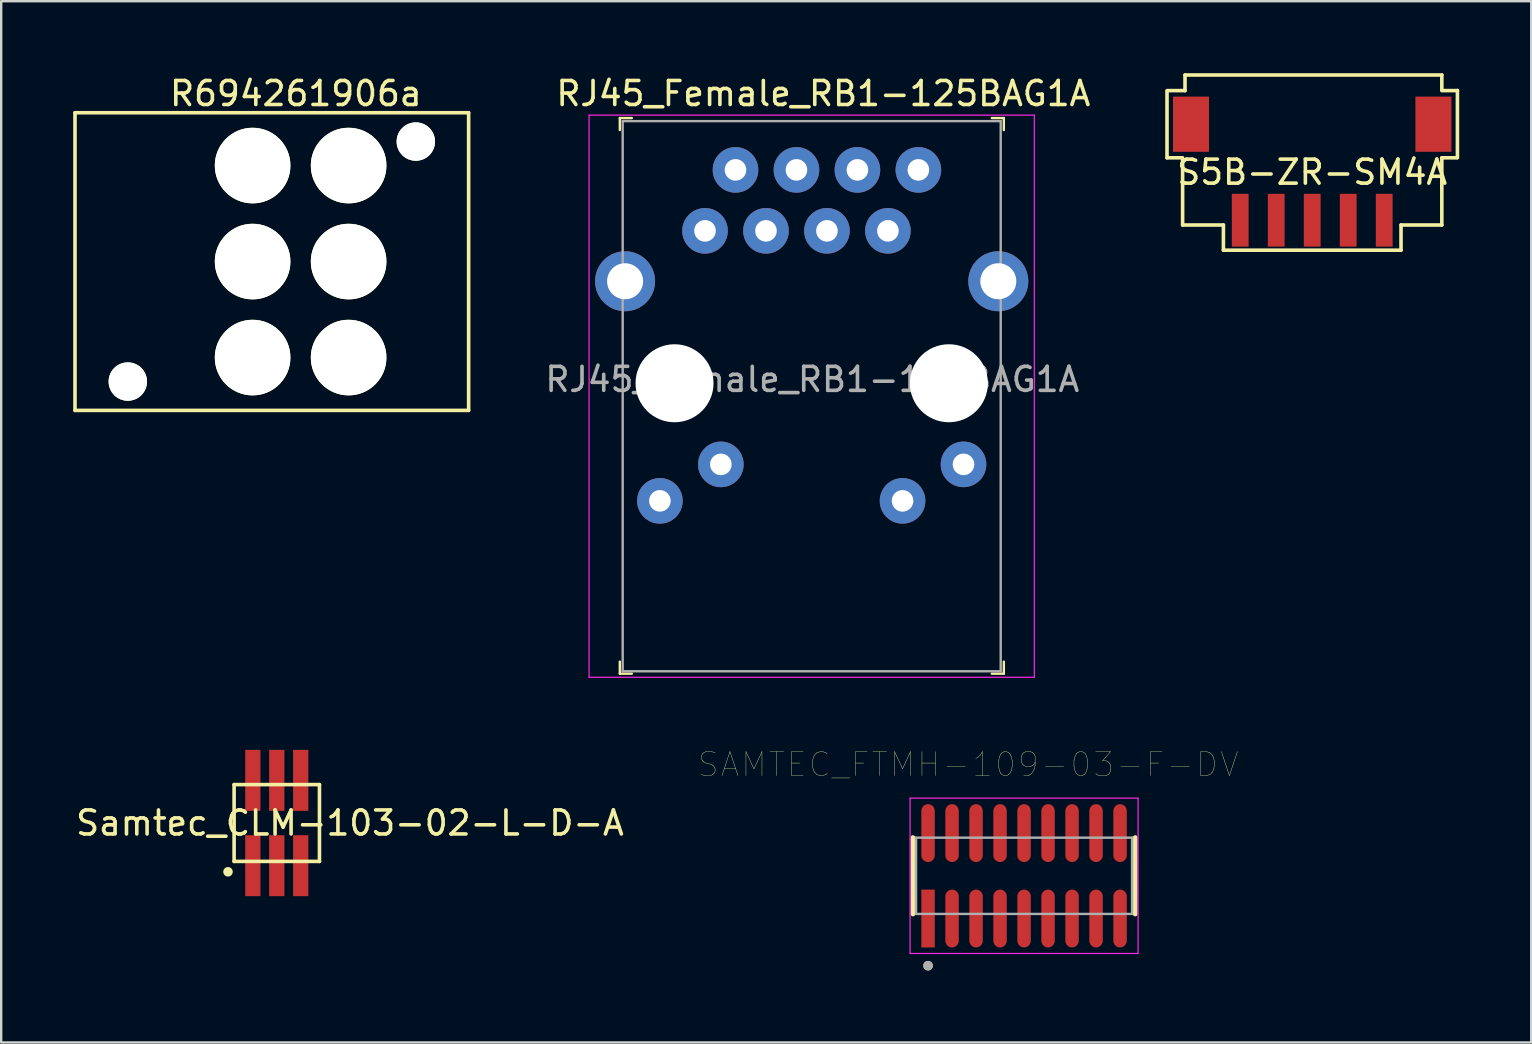
<source format=kicad_pcb>
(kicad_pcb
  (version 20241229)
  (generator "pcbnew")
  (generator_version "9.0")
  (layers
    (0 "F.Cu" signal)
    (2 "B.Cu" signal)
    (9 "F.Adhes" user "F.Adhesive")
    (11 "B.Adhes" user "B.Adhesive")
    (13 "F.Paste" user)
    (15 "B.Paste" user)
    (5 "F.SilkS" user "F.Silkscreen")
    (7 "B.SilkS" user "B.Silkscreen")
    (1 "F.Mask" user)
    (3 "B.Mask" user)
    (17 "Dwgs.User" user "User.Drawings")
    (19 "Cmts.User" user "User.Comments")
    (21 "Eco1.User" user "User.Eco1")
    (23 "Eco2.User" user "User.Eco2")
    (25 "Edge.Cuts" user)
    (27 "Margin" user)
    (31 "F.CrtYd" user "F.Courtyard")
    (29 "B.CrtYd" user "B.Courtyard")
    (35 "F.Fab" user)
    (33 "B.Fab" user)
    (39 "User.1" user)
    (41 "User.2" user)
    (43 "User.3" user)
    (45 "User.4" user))
  (footprint "R694261906a"
    (layer "F.Cu")
    (at 8.275 7.848)
    (property "Reference" "R694261906a" (at 1 -7 0) (layer "F.SilkS") (effects (font (size 1 1) (thickness 0.15))))
    (attr through_hole)
    (fp_line (start -8.2 -6.2) (end 8.2 -6.2) (stroke (width 0.15) (type solid)) (layer "F.SilkS"))
    (fp_line (start -8.2 6.2) (end -8.2 -6.2) (stroke (width 0.15) (type solid)) (layer "F.SilkS"))
    (fp_line (start 8.2 -6.2) (end 8.2 6.2) (stroke (width 0.15) (type solid)) (layer "F.SilkS"))
    (fp_line (start 8.2 6.2) (end -8.2 6.2) (stroke (width 0.15) (type solid)) (layer "F.SilkS"))
    (pad "" np_thru_hole circle (at -6 5) (size 1.6 1.6) (drill 1.6) (layers "*.Cu" "*.Mask" "F.SilkS"))
    (pad "" np_thru_hole circle (at -0.8 -4) (size 3.15 3.15) (drill 3.15) (layers "*.Cu" "*.Mask" "F.SilkS"))
    (pad "" np_thru_hole circle (at -0.8 0) (size 3.15 3.15) (drill 3.15) (layers "*.Cu" "*.Mask" "F.SilkS"))
    (pad "" np_thru_hole circle (at -0.8 4) (size 3.15 3.15) (drill 3.15) (layers "*.Cu" "*.Mask" "F.SilkS"))
    (pad "" np_thru_hole circle (at 3.2 -4) (size 3.15 3.15) (drill 3.15) (layers "*.Cu" "*.Mask" "F.SilkS"))
    (pad "" np_thru_hole circle (at 3.2 0) (size 3.15 3.15) (drill 3.15) (layers "*.Cu" "*.Mask" "F.SilkS"))
    (pad "" np_thru_hole circle (at 3.2 4) (size 3.15 3.15) (drill 3.15) (layers "*.Cu" "*.Mask" "F.SilkS"))
    (pad "" np_thru_hole circle (at 6 -5) (size 1.6 1.6) (drill 1.6) (layers "*.Cu" "*.Mask" "F.SilkS")))
  (footprint "RJ45_Female_RB1-125BAG1A"
    (layer "F.Cu")
    (at 26.324 6.568)
    (property "Reference" "RJ45_Female_RB1-125BAG1A" (at 4.93 -5.72 0) (layer "F.SilkS") (effects (font (size 1 1) (thickness 0.15))))
    (attr through_hole)
    (fp_line (start -3.55 -4.7) (end -3.55 -4.2) (stroke (width 0.1) (type solid)) (layer "F.SilkS"))
    (fp_line (start -3.55 -4.7) (end -3.05 -4.7) (stroke (width 0.1) (type solid)) (layer "F.SilkS"))
    (fp_line (start -3.55 18.45) (end -3.55 17.95) (stroke (width 0.1) (type solid)) (layer "F.SilkS"))
    (fp_line (start -3.55 18.45) (end -3.05 18.45) (stroke (width 0.1) (type solid)) (layer "F.SilkS"))
    (fp_line (start 12.45 -4.7) (end 11.95 -4.7) (stroke (width 0.1) (type solid)) (layer "F.SilkS"))
    (fp_line (start 12.45 -4.7) (end 12.45 -4.2) (stroke (width 0.1) (type solid)) (layer "F.SilkS"))
    (fp_line (start 12.45 18.45) (end 11.95 18.45) (stroke (width 0.1) (type solid)) (layer "F.SilkS"))
    (fp_line (start 12.45 18.45) (end 12.45 17.95) (stroke (width 0.1) (type solid)) (layer "F.SilkS"))
    (fp_line (start -4.83 -4.82) (end -4.83 18.6) (stroke (width 0.05) (type solid)) (layer "F.CrtYd"))
    (fp_line (start 13.72 -4.82) (end -4.83 -4.82) (stroke (width 0.05) (type solid)) (layer "F.CrtYd"))
    (fp_line (start 13.72 -4.82) (end 13.72 18.6) (stroke (width 0.05) (type solid)) (layer "F.CrtYd"))
    (fp_line (start 13.72 18.6) (end -4.83 18.6) (stroke (width 0.05) (type solid)) (layer "F.CrtYd"))
    (fp_line (start -3.43 -4.57) (end -3.43 18.35) (stroke (width 0.1) (type solid)) (layer "F.Fab"))
    (fp_line (start -3.43 -4.57) (end 12.32 -4.57) (stroke (width 0.1) (type solid)) (layer "F.Fab"))
    (fp_line (start -3.43 18.35) (end 12.32 18.35) (stroke (width 0.1) (type solid)) (layer "F.Fab"))
    (fp_line (start 12.32 -4.57) (end 12.32 18.35) (stroke (width 0.1) (type solid)) (layer "F.Fab"))
    (fp_text user "${REFERENCE}" (at 4.47 6.19 0) (layer "F.Fab") (effects (font (size 1 1) (thickness 0.15))))
    (pad "" np_thru_hole circle (at -1.27 6.35) (size 3.25 3.25) (drill 3.25) (layers "*.Cu" "*.Mask"))
    (pad "" np_thru_hole circle (at 10.16 6.35) (size 3.25 3.25) (drill 3.25) (layers "*.Cu" "*.Mask"))
    (pad "L1" thru_hole circle (at 10.77 9.73) (size 1.9 1.9) (drill 0.9) (layers "*.Cu" "*.Mask"))
    (pad "L2" thru_hole circle (at 8.23 11.25) (size 1.9 1.9) (drill 0.9) (layers "*.Cu" "*.Mask"))
    (pad "L3" thru_hole circle (at 0.66 9.73) (size 1.9 1.9) (drill 0.9) (layers "*.Cu" "*.Mask"))
    (pad "L4" thru_hole circle (at -1.88 11.25) (size 1.9 1.9) (drill 0.9) (layers "*.Cu" "*.Mask"))
    (pad "R1" thru_hole circle (at 0 0) (size 1.9 1.9) (drill 0.9) (layers "*.Cu" "*.Mask"))
    (pad "R2" thru_hole circle (at 1.27 -2.54) (size 1.9 1.9) (drill 0.9) (layers "*.Cu" "*.Mask"))
    (pad "R3" thru_hole circle (at 2.54 0) (size 1.9 1.9) (drill 0.9) (layers "*.Cu" "*.Mask"))
    (pad "R4" thru_hole circle (at 3.81 -2.54) (size 1.9 1.9) (drill 0.9) (layers "*.Cu" "*.Mask"))
    (pad "R5" thru_hole circle (at 5.08 0) (size 1.9 1.9) (drill 0.9) (layers "*.Cu" "*.Mask"))
    (pad "R6" thru_hole circle (at 6.35 -2.54) (size 1.9 1.9) (drill 0.9) (layers "*.Cu" "*.Mask"))
    (pad "R7" thru_hole circle (at 7.62 0) (size 1.9 1.9) (drill 0.9) (layers "*.Cu" "*.Mask"))
    (pad "R8" thru_hole circle (at 8.89 -2.54) (size 1.9 1.9) (drill 0.9) (layers "*.Cu" "*.Mask"))
    (pad "S1" thru_hole circle (at -3.33 2.1) (size 2.5 2.5) (drill 1.5) (layers "*.Cu" "*.Mask"))
    (pad "S1" thru_hole circle (at 12.22 2.1) (size 2.5 2.5) (drill 1.5) (layers "*.Cu" "*.Mask")))
  (footprint "SAMTEC_FTMH-109-03-F-DV"
    (layer "F.Cu")
    (at 39.617 33.44)
    (property "Reference" "SAMTEC_FTMH-109-03-F-DV" (at -2.325 -4.635 0) (layer "F.SilkS") (effects (font (size 1 1) (thickness 0.015))))
    (attr through_hole)
    (fp_line (start -4.63 1.59) (end -4.63 -1.59) (stroke (width 0.2) (type solid)) (layer "F.SilkS"))
    (fp_line (start 4.63 1.59) (end 4.63 -1.59) (stroke (width 0.2) (type solid)) (layer "F.SilkS"))
    (fp_circle (center -4 3.745) (end -3.9 3.745) (stroke (width 0.2) (type solid)) (fill no) (layer "F.SilkS"))
    (fp_line (start -4.75 -3.235) (end 4.75 -3.235) (stroke (width 0.05) (type solid)) (layer "F.CrtYd"))
    (fp_line (start -4.75 3.235) (end -4.75 -3.235) (stroke (width 0.05) (type solid)) (layer "F.CrtYd"))
    (fp_line (start 4.75 -3.235) (end 4.75 3.235) (stroke (width 0.05) (type solid)) (layer "F.CrtYd"))
    (fp_line (start 4.75 3.235) (end -4.75 3.235) (stroke (width 0.05) (type solid)) (layer "F.CrtYd"))
    (fp_line (start -4.5 -1.59) (end 4.5 -1.59) (stroke (width 0.1) (type solid)) (layer "F.Fab"))
    (fp_line (start -4.5 1.59) (end -4.5 -1.59) (stroke (width 0.1) (type solid)) (layer "F.Fab"))
    (fp_line (start 4.5 -1.59) (end 4.5 1.59) (stroke (width 0.1) (type solid)) (layer "F.Fab"))
    (fp_line (start 4.5 1.59) (end -4.5 1.59) (stroke (width 0.1) (type solid)) (layer "F.Fab"))
    (fp_circle (center -4 3.745) (end -3.9 3.745) (stroke (width 0.2) (type solid)) (fill no) (layer "F.Fab"))
    (pad "01" smd rect (at -4 1.78) (size 0.56 2.41) (layers "F.Cu" "F.Mask" "F.Paste"))
    (pad "02" smd oval (at -4 -1.78) (size 0.56 2.41) (layers "F.Cu" "F.Mask" "F.Paste"))
    (pad "03" smd oval (at -3 1.78) (size 0.56 2.41) (layers "F.Cu" "F.Mask" "F.Paste"))
    (pad "04" smd oval (at -3 -1.78) (size 0.56 2.41) (layers "F.Cu" "F.Mask" "F.Paste"))
    (pad "05" smd oval (at -2 1.78) (size 0.56 2.41) (layers "F.Cu" "F.Mask" "F.Paste"))
    (pad "06" smd oval (at -2 -1.78) (size 0.56 2.41) (layers "F.Cu" "F.Mask" "F.Paste"))
    (pad "07" smd oval (at -1 1.78) (size 0.56 2.41) (layers "F.Cu" "F.Mask" "F.Paste"))
    (pad "08" smd oval (at -1 -1.78) (size 0.56 2.41) (layers "F.Cu" "F.Mask" "F.Paste"))
    (pad "09" smd oval (at 0 1.78) (size 0.56 2.41) (layers "F.Cu" "F.Mask" "F.Paste"))
    (pad "10" smd oval (at 0 -1.78) (size 0.56 2.41) (layers "F.Cu" "F.Mask" "F.Paste"))
    (pad "11" smd oval (at 1 1.78) (size 0.56 2.41) (layers "F.Cu" "F.Mask" "F.Paste"))
    (pad "12" smd oval (at 1 -1.78) (size 0.56 2.41) (layers "F.Cu" "F.Mask" "F.Paste"))
    (pad "13" smd oval (at 2 1.78) (size 0.56 2.41) (layers "F.Cu" "F.Mask" "F.Paste"))
    (pad "14" smd oval (at 2 -1.78) (size 0.56 2.41) (layers "F.Cu" "F.Mask" "F.Paste"))
    (pad "15" smd oval (at 3 1.78) (size 0.56 2.41) (layers "F.Cu" "F.Mask" "F.Paste"))
    (pad "16" smd oval (at 3 -1.78) (size 0.56 2.41) (layers "F.Cu" "F.Mask" "F.Paste"))
    (pad "17" smd oval (at 4 1.78) (size 0.56 2.41) (layers "F.Cu" "F.Mask" "F.Paste"))
    (pad "18" smd oval (at 4 -1.78) (size 0.56 2.41) (layers "F.Cu" "F.Mask" "F.Paste")))
  (footprint "Samtec_CLM-103-02-L-D-A"
    (layer "F.Cu")
    (at 8.482 31.241)
    (property "Reference" "Samtec_CLM-103-02-L-D-A" (at 3.048 0 0) (layer "F.SilkS") (effects (font (size 1 1) (thickness 0.15))))
    (attr smd)
    (fp_line (start -1.778 -1.6) (end -1.778 1.6) (stroke (width 0.15) (type solid)) (layer "F.SilkS"))
    (fp_line (start -1.778 -1.6) (end 1.778 -1.6) (stroke (width 0.15) (type solid)) (layer "F.SilkS"))
    (fp_line (start -1.778 1.6) (end 1.778 1.6) (stroke (width 0.15) (type solid)) (layer "F.SilkS"))
    (fp_line (start 1.778 -1.6) (end 1.778 1.6) (stroke (width 0.15) (type solid)) (layer "F.SilkS"))
    (fp_circle (center -2.032 2.032) (end -1.932 2.032) (stroke (width 0.2) (type solid)) (fill no) (layer "F.SilkS"))
    (pad "1" smd rect (at -0.998 1.778) (size 0.635 2.54) (layers "F.Cu" "F.Mask" "F.Paste"))
    (pad "2" smd rect (at -0.998 -1.778 180) (size 0.635 2.54) (layers "F.Cu" "F.Mask" "F.Paste"))
    (pad "3" smd rect (at 0 1.778) (size 0.635 2.54) (layers "F.Cu" "F.Mask" "F.Paste"))
    (pad "4" smd rect (at 0 -1.778 180) (size 0.635 2.54) (layers "F.Cu" "F.Mask" "F.Paste"))
    (pad "5" smd rect (at 0.998 1.778) (size 0.635 2.54) (layers "F.Cu" "F.Mask" "F.Paste"))
    (pad "6" smd rect (at 0.998 -1.778 180) (size 0.635 2.54) (layers "F.Cu" "F.Mask" "F.Paste")))
  (footprint "S5B-ZR-SM4A"
    (layer "F.Cu")
    (at 51.623 3.625)
    (property "Reference" "S5B-ZR-SM4A" (at 0 0.5 0) (layer "F.SilkS") (effects (font (size 1 1) (thickness 0.15))))
    (attr through_hole)
    (fp_line (start -6.05 -0.1) (end -6.05 -2.9) (stroke (width 0.15) (type solid)) (layer "F.SilkS"))
    (fp_line (start -6 -2.9) (end -5.3 -2.9) (stroke (width 0.15) (type solid)) (layer "F.SilkS"))
    (fp_line (start -5.45 -0.1) (end -6.05 -0.1) (stroke (width 0.15) (type solid)) (layer "F.SilkS"))
    (fp_line (start -5.4 2.7) (end -5.4 -0.1) (stroke (width 0.15) (type solid)) (layer "F.SilkS"))
    (fp_line (start -5.3 -3.55) (end -5.3 -2.9) (stroke (width 0.15) (type solid)) (layer "F.SilkS"))
    (fp_line (start -5.3 -3.55) (end 5.4 -3.55) (stroke (width 0.15) (type solid)) (layer "F.SilkS"))
    (fp_line (start -3.7 2.7) (end -5.4 2.7) (stroke (width 0.15) (type solid)) (layer "F.SilkS"))
    (fp_line (start -3.7 3.75) (end -3.7 2.7) (stroke (width 0.15) (type solid)) (layer "F.SilkS"))
    (fp_line (start 3.7 2.7) (end 3.7 3.75) (stroke (width 0.15) (type solid)) (layer "F.SilkS"))
    (fp_line (start 3.7 3.75) (end -3.7 3.75) (stroke (width 0.15) (type solid)) (layer "F.SilkS"))
    (fp_line (start 5.4 -3.55) (end 5.4 -2.9) (stroke (width 0.15) (type solid)) (layer "F.SilkS"))
    (fp_line (start 5.4 -0.1) (end 5.4 2.7) (stroke (width 0.15) (type solid)) (layer "F.SilkS"))
    (fp_line (start 5.4 2.7) (end 3.7 2.7) (stroke (width 0.15) (type solid)) (layer "F.SilkS"))
    (fp_line (start 5.45 -2.9) (end 6.05 -2.9) (stroke (width 0.15) (type solid)) (layer "F.SilkS"))
    (fp_line (start 6 -0.1) (end 5.4 -0.1) (stroke (width 0.15) (type solid)) (layer "F.SilkS"))
    (fp_line (start 6.05 -2.9) (end 6.05 -0.1) (stroke (width 0.15) (type solid)) (layer "F.SilkS"))
    (pad "1" smd rect (at -3 2.5) (size 0.7 2.2) (layers "F.Cu" "F.Mask" "F.Paste"))
    (pad "2" smd rect (at -1.5 2.5) (size 0.7 2.2) (layers "F.Cu" "F.Mask" "F.Paste"))
    (pad "3" smd rect (at 0 2.5) (size 0.7 2.2) (layers "F.Cu" "F.Mask" "F.Paste"))
    (pad "4" smd rect (at 1.5 2.5) (size 0.7 2.2) (layers "F.Cu" "F.Mask" "F.Paste"))
    (pad "5" smd rect (at 3 2.5) (size 0.7 2.2) (layers "F.Cu" "F.Mask" "F.Paste"))
    (pad "6" smd rect (at -5.05 -1.5) (size 1.5 2.3) (layers "F.Cu" "F.Mask" "F.Paste"))
    (pad "7" smd rect (at 5.05 -1.5) (size 1.5 2.3) (layers "F.Cu" "F.Mask" "F.Paste")))
  (gr_rect
    (start -3 -3)
    (end 60.748 40.385)
    (stroke (width 0.1) (type default))
    (fill no)
    (layer "Edge.Cuts")))
</source>
